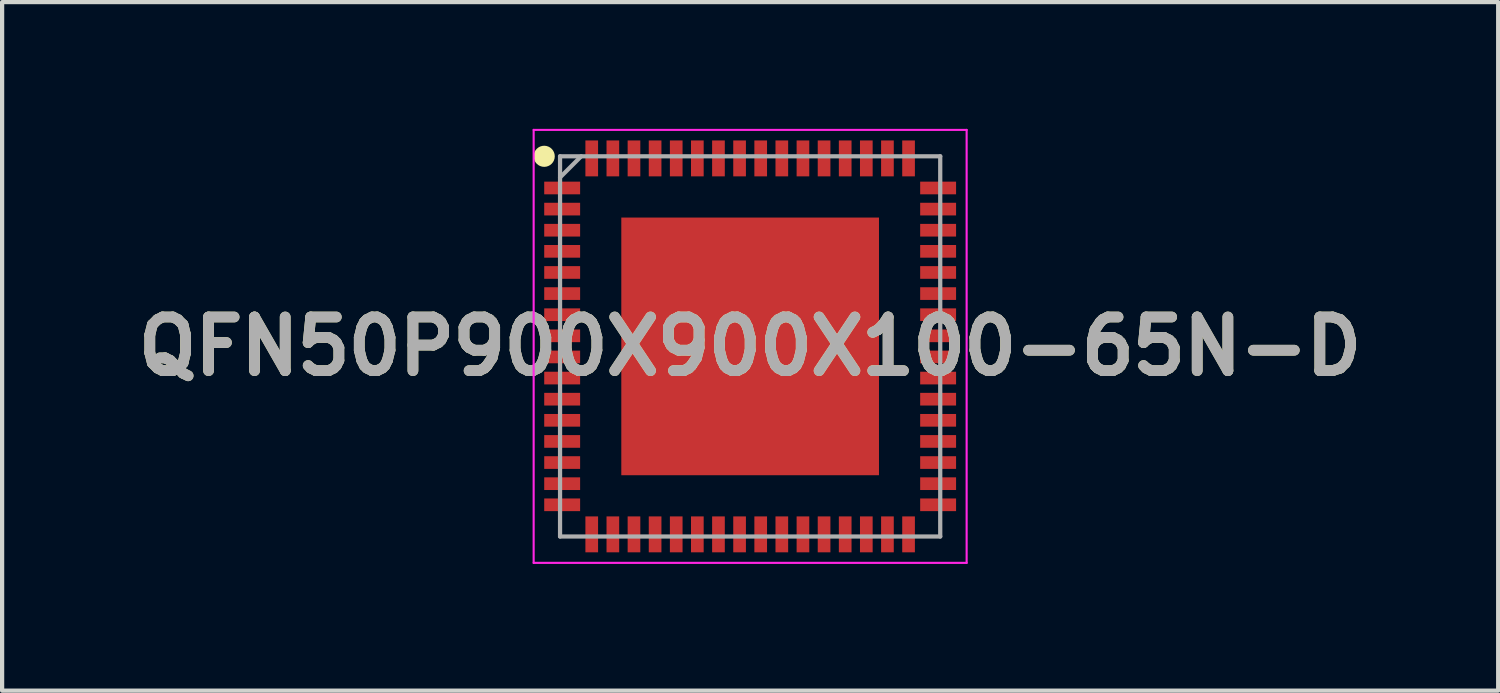
<source format=kicad_pcb>
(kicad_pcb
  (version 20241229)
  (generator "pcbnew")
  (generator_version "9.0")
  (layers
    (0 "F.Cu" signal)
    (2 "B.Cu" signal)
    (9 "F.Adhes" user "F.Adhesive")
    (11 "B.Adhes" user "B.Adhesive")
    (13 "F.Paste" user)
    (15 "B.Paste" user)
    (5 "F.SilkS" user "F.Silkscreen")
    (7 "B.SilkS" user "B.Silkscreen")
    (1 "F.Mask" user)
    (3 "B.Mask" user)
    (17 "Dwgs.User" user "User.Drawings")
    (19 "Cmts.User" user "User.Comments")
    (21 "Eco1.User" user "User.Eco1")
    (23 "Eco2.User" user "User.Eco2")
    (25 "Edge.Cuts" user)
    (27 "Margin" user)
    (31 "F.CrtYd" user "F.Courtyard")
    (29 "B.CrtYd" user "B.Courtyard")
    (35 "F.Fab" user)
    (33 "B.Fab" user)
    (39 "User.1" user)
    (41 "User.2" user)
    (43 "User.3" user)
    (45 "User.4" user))
  (footprint "QFN50P900X900X100-65N-D"
    (layer "F.Cu")
    (at 14.708 5.15)
    (property "Reference" "QFN50P900X900X100-65N-D" (at 0 0 0) (layer "F.SilkS") (effects (font (size 1.27 1.27) (thickness 0.254))))
    (attr smd)
    (fp_circle (center -4.875 -4.5) (end -4.875 -4.375) (stroke (width 0.25) (type solid)) (fill no) (layer "F.SilkS"))
    (fp_line (start -5.125 -5.125) (end 5.125 -5.125) (stroke (width 0.05) (type solid)) (layer "F.CrtYd"))
    (fp_line (start -5.125 5.125) (end -5.125 -5.125) (stroke (width 0.05) (type solid)) (layer "F.CrtYd"))
    (fp_line (start 5.125 -5.125) (end 5.125 5.125) (stroke (width 0.05) (type solid)) (layer "F.CrtYd"))
    (fp_line (start 5.125 5.125) (end -5.125 5.125) (stroke (width 0.05) (type solid)) (layer "F.CrtYd"))
    (fp_line (start -4.5 -4.5) (end 4.5 -4.5) (stroke (width 0.1) (type solid)) (layer "F.Fab"))
    (fp_line (start -4.5 -4) (end -4 -4.5) (stroke (width 0.1) (type solid)) (layer "F.Fab"))
    (fp_line (start -4.5 4.5) (end -4.5 -4.5) (stroke (width 0.1) (type solid)) (layer "F.Fab"))
    (fp_line (start 4.5 -4.5) (end 4.5 4.5) (stroke (width 0.1) (type solid)) (layer "F.Fab"))
    (fp_line (start 4.5 4.5) (end -4.5 4.5) (stroke (width 0.1) (type solid)) (layer "F.Fab"))
    (fp_text user "${REFERENCE}" (at 0 0 0) (layer "F.Fab") (effects (font (size 1.27 1.27) (thickness 0.254))))
    (pad "1" smd rect (at -4.45 -3.75 90) (size 0.3 0.85) (layers "F.Cu" "F.Mask" "F.Paste"))
    (pad "2" smd rect (at -4.45 -3.25 90) (size 0.3 0.85) (layers "F.Cu" "F.Mask" "F.Paste"))
    (pad "3" smd rect (at -4.45 -2.75 90) (size 0.3 0.85) (layers "F.Cu" "F.Mask" "F.Paste"))
    (pad "4" smd rect (at -4.45 -2.25 90) (size 0.3 0.85) (layers "F.Cu" "F.Mask" "F.Paste"))
    (pad "5" smd rect (at -4.45 -1.75 90) (size 0.3 0.85) (layers "F.Cu" "F.Mask" "F.Paste"))
    (pad "6" smd rect (at -4.45 -1.25 90) (size 0.3 0.85) (layers "F.Cu" "F.Mask" "F.Paste"))
    (pad "7" smd rect (at -4.45 -0.75 90) (size 0.3 0.85) (layers "F.Cu" "F.Mask" "F.Paste"))
    (pad "8" smd rect (at -4.45 -0.25 90) (size 0.3 0.85) (layers "F.Cu" "F.Mask" "F.Paste"))
    (pad "9" smd rect (at -4.45 0.25 90) (size 0.3 0.85) (layers "F.Cu" "F.Mask" "F.Paste"))
    (pad "10" smd rect (at -4.45 0.75 90) (size 0.3 0.85) (layers "F.Cu" "F.Mask" "F.Paste"))
    (pad "11" smd rect (at -4.45 1.25 90) (size 0.3 0.85) (layers "F.Cu" "F.Mask" "F.Paste"))
    (pad "12" smd rect (at -4.45 1.75 90) (size 0.3 0.85) (layers "F.Cu" "F.Mask" "F.Paste"))
    (pad "13" smd rect (at -4.45 2.25 90) (size 0.3 0.85) (layers "F.Cu" "F.Mask" "F.Paste"))
    (pad "14" smd rect (at -4.45 2.75 90) (size 0.3 0.85) (layers "F.Cu" "F.Mask" "F.Paste"))
    (pad "15" smd rect (at -4.45 3.25 90) (size 0.3 0.85) (layers "F.Cu" "F.Mask" "F.Paste"))
    (pad "16" smd rect (at -4.45 3.75 90) (size 0.3 0.85) (layers "F.Cu" "F.Mask" "F.Paste"))
    (pad "17" smd rect (at -3.75 4.45) (size 0.3 0.85) (layers "F.Cu" "F.Mask" "F.Paste"))
    (pad "18" smd rect (at -3.25 4.45) (size 0.3 0.85) (layers "F.Cu" "F.Mask" "F.Paste"))
    (pad "19" smd rect (at -2.75 4.45) (size 0.3 0.85) (layers "F.Cu" "F.Mask" "F.Paste"))
    (pad "20" smd rect (at -2.25 4.45) (size 0.3 0.85) (layers "F.Cu" "F.Mask" "F.Paste"))
    (pad "21" smd rect (at -1.75 4.45) (size 0.3 0.85) (layers "F.Cu" "F.Mask" "F.Paste"))
    (pad "22" smd rect (at -1.25 4.45) (size 0.3 0.85) (layers "F.Cu" "F.Mask" "F.Paste"))
    (pad "23" smd rect (at -0.75 4.45) (size 0.3 0.85) (layers "F.Cu" "F.Mask" "F.Paste"))
    (pad "24" smd rect (at -0.25 4.45) (size 0.3 0.85) (layers "F.Cu" "F.Mask" "F.Paste"))
    (pad "25" smd rect (at 0.25 4.45) (size 0.3 0.85) (layers "F.Cu" "F.Mask" "F.Paste"))
    (pad "26" smd rect (at 0.75 4.45) (size 0.3 0.85) (layers "F.Cu" "F.Mask" "F.Paste"))
    (pad "27" smd rect (at 1.25 4.45) (size 0.3 0.85) (layers "F.Cu" "F.Mask" "F.Paste"))
    (pad "28" smd rect (at 1.75 4.45) (size 0.3 0.85) (layers "F.Cu" "F.Mask" "F.Paste"))
    (pad "29" smd rect (at 2.25 4.45) (size 0.3 0.85) (layers "F.Cu" "F.Mask" "F.Paste"))
    (pad "30" smd rect (at 2.75 4.45) (size 0.3 0.85) (layers "F.Cu" "F.Mask" "F.Paste"))
    (pad "31" smd rect (at 3.25 4.45) (size 0.3 0.85) (layers "F.Cu" "F.Mask" "F.Paste"))
    (pad "32" smd rect (at 3.75 4.45) (size 0.3 0.85) (layers "F.Cu" "F.Mask" "F.Paste"))
    (pad "33" smd rect (at 4.45 3.75 90) (size 0.3 0.85) (layers "F.Cu" "F.Mask" "F.Paste"))
    (pad "34" smd rect (at 4.45 3.25 90) (size 0.3 0.85) (layers "F.Cu" "F.Mask" "F.Paste"))
    (pad "35" smd rect (at 4.45 2.75 90) (size 0.3 0.85) (layers "F.Cu" "F.Mask" "F.Paste"))
    (pad "36" smd rect (at 4.45 2.25 90) (size 0.3 0.85) (layers "F.Cu" "F.Mask" "F.Paste"))
    (pad "37" smd rect (at 4.45 1.75 90) (size 0.3 0.85) (layers "F.Cu" "F.Mask" "F.Paste"))
    (pad "38" smd rect (at 4.45 1.25 90) (size 0.3 0.85) (layers "F.Cu" "F.Mask" "F.Paste"))
    (pad "39" smd rect (at 4.45 0.75 90) (size 0.3 0.85) (layers "F.Cu" "F.Mask" "F.Paste"))
    (pad "40" smd rect (at 4.45 0.25 90) (size 0.3 0.85) (layers "F.Cu" "F.Mask" "F.Paste"))
    (pad "41" smd rect (at 4.45 -0.25 90) (size 0.3 0.85) (layers "F.Cu" "F.Mask" "F.Paste"))
    (pad "42" smd rect (at 4.45 -0.75 90) (size 0.3 0.85) (layers "F.Cu" "F.Mask" "F.Paste"))
    (pad "43" smd rect (at 4.45 -1.25 90) (size 0.3 0.85) (layers "F.Cu" "F.Mask" "F.Paste"))
    (pad "44" smd rect (at 4.45 -1.75 90) (size 0.3 0.85) (layers "F.Cu" "F.Mask" "F.Paste"))
    (pad "45" smd rect (at 4.45 -2.25 90) (size 0.3 0.85) (layers "F.Cu" "F.Mask" "F.Paste"))
    (pad "46" smd rect (at 4.45 -2.75 90) (size 0.3 0.85) (layers "F.Cu" "F.Mask" "F.Paste"))
    (pad "47" smd rect (at 4.45 -3.25 90) (size 0.3 0.85) (layers "F.Cu" "F.Mask" "F.Paste"))
    (pad "48" smd rect (at 4.45 -3.75 90) (size 0.3 0.85) (layers "F.Cu" "F.Mask" "F.Paste"))
    (pad "49" smd rect (at 3.75 -4.45) (size 0.3 0.85) (layers "F.Cu" "F.Mask" "F.Paste"))
    (pad "50" smd rect (at 3.25 -4.45) (size 0.3 0.85) (layers "F.Cu" "F.Mask" "F.Paste"))
    (pad "51" smd rect (at 2.75 -4.45) (size 0.3 0.85) (layers "F.Cu" "F.Mask" "F.Paste"))
    (pad "52" smd rect (at 2.25 -4.45) (size 0.3 0.85) (layers "F.Cu" "F.Mask" "F.Paste"))
    (pad "53" smd rect (at 1.75 -4.45) (size 0.3 0.85) (layers "F.Cu" "F.Mask" "F.Paste"))
    (pad "54" smd rect (at 1.25 -4.45) (size 0.3 0.85) (layers "F.Cu" "F.Mask" "F.Paste"))
    (pad "55" smd rect (at 0.75 -4.45) (size 0.3 0.85) (layers "F.Cu" "F.Mask" "F.Paste"))
    (pad "56" smd rect (at 0.25 -4.45) (size 0.3 0.85) (layers "F.Cu" "F.Mask" "F.Paste"))
    (pad "57" smd rect (at -0.25 -4.45) (size 0.3 0.85) (layers "F.Cu" "F.Mask" "F.Paste"))
    (pad "58" smd rect (at -0.75 -4.45) (size 0.3 0.85) (layers "F.Cu" "F.Mask" "F.Paste"))
    (pad "59" smd rect (at -1.25 -4.45) (size 0.3 0.85) (layers "F.Cu" "F.Mask" "F.Paste"))
    (pad "60" smd rect (at -1.75 -4.45) (size 0.3 0.85) (layers "F.Cu" "F.Mask" "F.Paste"))
    (pad "61" smd rect (at -2.25 -4.45) (size 0.3 0.85) (layers "F.Cu" "F.Mask" "F.Paste"))
    (pad "62" smd rect (at -2.75 -4.45) (size 0.3 0.85) (layers "F.Cu" "F.Mask" "F.Paste"))
    (pad "63" smd rect (at -3.25 -4.45) (size 0.3 0.85) (layers "F.Cu" "F.Mask" "F.Paste"))
    (pad "64" smd rect (at -3.75 -4.45) (size 0.3 0.85) (layers "F.Cu" "F.Mask" "F.Paste"))
    (pad "65" smd rect (at 0 0) (size 6.1 6.1) (layers "F.Cu" "F.Mask" "F.Paste")))
  (gr_rect
    (start -3 -3)
    (end 32.416 13.3)
    (stroke (width 0.1) (type default))
    (fill no)
    (layer "Edge.Cuts")))
</source>
